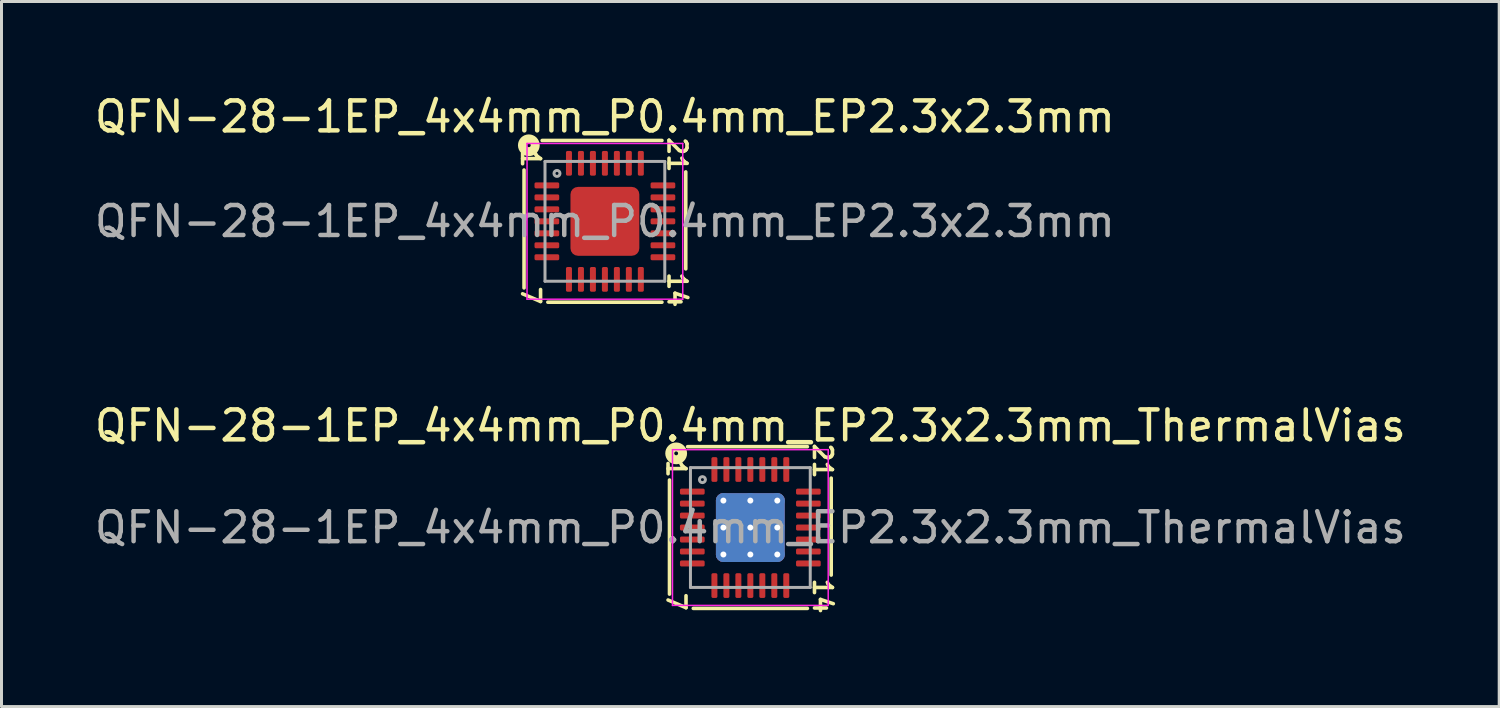
<source format=kicad_pcb>
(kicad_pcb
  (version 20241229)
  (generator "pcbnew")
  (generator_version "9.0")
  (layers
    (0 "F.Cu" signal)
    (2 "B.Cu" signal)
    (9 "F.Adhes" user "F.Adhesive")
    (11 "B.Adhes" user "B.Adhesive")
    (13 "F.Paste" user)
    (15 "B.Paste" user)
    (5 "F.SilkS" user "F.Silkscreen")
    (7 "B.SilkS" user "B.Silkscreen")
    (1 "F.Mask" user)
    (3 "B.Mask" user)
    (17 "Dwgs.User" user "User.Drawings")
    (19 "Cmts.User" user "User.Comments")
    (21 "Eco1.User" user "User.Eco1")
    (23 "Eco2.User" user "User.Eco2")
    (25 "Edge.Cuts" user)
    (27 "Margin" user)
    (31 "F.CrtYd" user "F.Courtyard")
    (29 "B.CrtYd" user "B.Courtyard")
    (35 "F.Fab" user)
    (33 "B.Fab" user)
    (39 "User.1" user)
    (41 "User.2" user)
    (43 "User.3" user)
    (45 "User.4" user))
  (footprint "QFN-28-1EP_4x4mm_P0.4mm_EP2.3x2.3mm"
    (layer "F.Cu")
    (at 17.149 4.341)
    (property "Reference" "QFN-28-1EP_4x4mm_P0.4mm_EP2.3x2.3mm" (at 0 -3.493 0) (layer "F.SilkS") (effects (font (size 1 1) (thickness 0.15))))
    (attr smd)
    (fp_line (start -2.7 -1.714) (end -2.7 2.223) (stroke (width 0.12) (type solid)) (layer "F.SilkS"))
    (fp_line (start -1.905 2.7) (end 1.905 2.7) (stroke (width 0.12) (type solid)) (layer "F.SilkS"))
    (fp_line (start 1.905 -2.7) (end -2.095 -2.7) (stroke (width 0.12) (type solid)) (layer "F.SilkS"))
    (fp_line (start 2.7 1.587) (end 2.7 -1.651) (stroke (width 0.12) (type solid)) (layer "F.SilkS"))
    (fp_circle (center -2.54 -2.54) (end -2.477 -2.54) (stroke (width 0.3) (type solid)) (fill no) (layer "F.SilkS"))
    (fp_line (start -2.6 -2.6) (end -2.6 2.6) (stroke (width 0.05) (type solid)) (layer "F.CrtYd"))
    (fp_line (start -2.6 2.6) (end 2.6 2.6) (stroke (width 0.05) (type solid)) (layer "F.CrtYd"))
    (fp_line (start 2.6 -2.6) (end -2.6 -2.6) (stroke (width 0.05) (type solid)) (layer "F.CrtYd"))
    (fp_line (start 2.6 2.6) (end 2.6 -2.6) (stroke (width 0.05) (type solid)) (layer "F.CrtYd"))
    (fp_line (start -2 -2) (end 2 -2) (stroke (width 0.1) (type solid)) (layer "F.Fab"))
    (fp_line (start -2 2) (end -2 -2) (stroke (width 0.1) (type solid)) (layer "F.Fab"))
    (fp_line (start 2 -2) (end 2 2) (stroke (width 0.1) (type solid)) (layer "F.Fab"))
    (fp_line (start 2 2) (end -2 2) (stroke (width 0.1) (type solid)) (layer "F.Fab"))
    (fp_circle (center -1.6 -1.6) (end -1.5 -1.6) (stroke (width 0.1) (type solid)) (fill no) (layer "F.Fab"))
    (fp_text user "14" (at 2.413 2.286 270) (unlocked yes) (layer "F.SilkS") (effects (font (size 0.6 0.6) (thickness 0.12))))
    (fp_text user "21" (at 2.413 -2.223 270) (unlocked yes) (layer "F.SilkS") (effects (font (size 0.6 0.6) (thickness 0.12))))
    (fp_text user "1" (at -2.477 -2.095 270) (unlocked yes) (layer "F.SilkS") (effects (font (size 0.6 0.6) (thickness 0.12))))
    (fp_text user "7" (at -2.477 2.477 270) (unlocked yes) (layer "F.SilkS") (effects (font (size 0.6 0.6) (thickness 0.12))))
    (fp_text user "${REFERENCE}" (at 0 0 0) (layer "F.Fab") (effects (font (size 1 1) (thickness 0.15))))
    (pad "" smd roundrect (at -0.575 -0.575) (size 0.93 0.93) (layers "F.Paste") (roundrect_rratio 0.25))
    (pad "" smd roundrect (at -0.575 0.575) (size 0.93 0.93) (layers "F.Paste") (roundrect_rratio 0.25))
    (pad "" smd roundrect (at 0.575 -0.575) (size 0.93 0.93) (layers "F.Paste") (roundrect_rratio 0.25))
    (pad "" smd roundrect (at 0.575 0.575) (size 0.93 0.93) (layers "F.Paste") (roundrect_rratio 0.25))
    (pad "1" smd roundrect (at -1.938 -1.2) (size 0.825 0.2) (layers "F.Cu" "F.Mask" "F.Paste") (roundrect_rratio 0.25))
    (pad "2" smd roundrect (at -1.938 -0.8) (size 0.825 0.2) (layers "F.Cu" "F.Mask" "F.Paste") (roundrect_rratio 0.25))
    (pad "3" smd roundrect (at -1.938 -0.4) (size 0.825 0.2) (layers "F.Cu" "F.Mask" "F.Paste") (roundrect_rratio 0.25))
    (pad "4" smd roundrect (at -1.938 0) (size 0.825 0.2) (layers "F.Cu" "F.Mask" "F.Paste") (roundrect_rratio 0.25))
    (pad "5" smd roundrect (at -1.938 0.4) (size 0.825 0.2) (layers "F.Cu" "F.Mask" "F.Paste") (roundrect_rratio 0.25))
    (pad "6" smd roundrect (at -1.938 0.8) (size 0.825 0.2) (layers "F.Cu" "F.Mask" "F.Paste") (roundrect_rratio 0.25))
    (pad "7" smd roundrect (at -1.938 1.2) (size 0.825 0.2) (layers "F.Cu" "F.Mask" "F.Paste") (roundrect_rratio 0.25))
    (pad "8" smd roundrect (at -1.2 1.938) (size 0.2 0.825) (layers "F.Cu" "F.Mask" "F.Paste") (roundrect_rratio 0.25))
    (pad "9" smd roundrect (at -0.8 1.938) (size 0.2 0.825) (layers "F.Cu" "F.Mask" "F.Paste") (roundrect_rratio 0.25))
    (pad "10" smd roundrect (at -0.4 1.938) (size 0.2 0.825) (layers "F.Cu" "F.Mask" "F.Paste") (roundrect_rratio 0.25))
    (pad "11" smd roundrect (at 0 1.938) (size 0.2 0.825) (layers "F.Cu" "F.Mask" "F.Paste") (roundrect_rratio 0.25))
    (pad "12" smd roundrect (at 0.4 1.938) (size 0.2 0.825) (layers "F.Cu" "F.Mask" "F.Paste") (roundrect_rratio 0.25))
    (pad "13" smd roundrect (at 0.8 1.938) (size 0.2 0.825) (layers "F.Cu" "F.Mask" "F.Paste") (roundrect_rratio 0.25))
    (pad "14" smd roundrect (at 1.2 1.938) (size 0.2 0.825) (layers "F.Cu" "F.Mask" "F.Paste") (roundrect_rratio 0.25))
    (pad "15" smd roundrect (at 1.938 1.2) (size 0.825 0.2) (layers "F.Cu" "F.Mask" "F.Paste") (roundrect_rratio 0.25))
    (pad "16" smd roundrect (at 1.938 0.8) (size 0.825 0.2) (layers "F.Cu" "F.Mask" "F.Paste") (roundrect_rratio 0.25))
    (pad "17" smd roundrect (at 1.938 0.4) (size 0.825 0.2) (layers "F.Cu" "F.Mask" "F.Paste") (roundrect_rratio 0.25))
    (pad "18" smd roundrect (at 1.938 0) (size 0.825 0.2) (layers "F.Cu" "F.Mask" "F.Paste") (roundrect_rratio 0.25))
    (pad "19" smd roundrect (at 1.938 -0.4) (size 0.825 0.2) (layers "F.Cu" "F.Mask" "F.Paste") (roundrect_rratio 0.25))
    (pad "20" smd roundrect (at 1.938 -0.8) (size 0.825 0.2) (layers "F.Cu" "F.Mask" "F.Paste") (roundrect_rratio 0.25))
    (pad "21" smd roundrect (at 1.938 -1.2) (size 0.825 0.2) (layers "F.Cu" "F.Mask" "F.Paste") (roundrect_rratio 0.25))
    (pad "22" smd roundrect (at 1.2 -1.938) (size 0.2 0.825) (layers "F.Cu" "F.Mask" "F.Paste") (roundrect_rratio 0.25))
    (pad "23" smd roundrect (at 0.8 -1.938) (size 0.2 0.825) (layers "F.Cu" "F.Mask" "F.Paste") (roundrect_rratio 0.25))
    (pad "24" smd roundrect (at 0.4 -1.938) (size 0.2 0.825) (layers "F.Cu" "F.Mask" "F.Paste") (roundrect_rratio 0.25))
    (pad "25" smd roundrect (at 0 -1.938) (size 0.2 0.825) (layers "F.Cu" "F.Mask" "F.Paste") (roundrect_rratio 0.25))
    (pad "26" smd roundrect (at -0.4 -1.938) (size 0.2 0.825) (layers "F.Cu" "F.Mask" "F.Paste") (roundrect_rratio 0.25))
    (pad "27" smd roundrect (at -0.8 -1.938) (size 0.2 0.825) (layers "F.Cu" "F.Mask" "F.Paste") (roundrect_rratio 0.25))
    (pad "28" smd roundrect (at -1.2 -1.938) (size 0.2 0.825) (layers "F.Cu" "F.Mask" "F.Paste") (roundrect_rratio 0.25))
    (pad "29" smd roundrect (at 0 0) (size 2.3 2.3) (layers "F.Cu" "F.Mask") (roundrect_rratio 0.109)))
  (footprint "QFN-28-1EP_4x4mm_P0.4mm_EP2.3x2.3mm_ThermalVias"
    (layer "F.Cu")
    (at 22.006 14.566)
    (property "Reference" "QFN-28-1EP_4x4mm_P0.4mm_EP2.3x2.3mm_ThermalVias" (at 0 -3.4 0) (layer "F.SilkS") (effects (font (size 1 1) (thickness 0.15))))
    (attr smd)
    (fp_line (start -2.7 -1.587) (end -2.7 2.223) (stroke (width 0.12) (type solid)) (layer "F.SilkS"))
    (fp_line (start -1.905 2.7) (end 1.905 2.7) (stroke (width 0.12) (type solid)) (layer "F.SilkS"))
    (fp_line (start 1.905 -2.7) (end -2.095 -2.7) (stroke (width 0.12) (type solid)) (layer "F.SilkS"))
    (fp_line (start 2.7 1.587) (end 2.7 -1.651) (stroke (width 0.12) (type solid)) (layer "F.SilkS"))
    (fp_circle (center -2.477 -2.477) (end -2.413 -2.477) (stroke (width 0.3) (type solid)) (fill no) (layer "F.SilkS"))
    (fp_line (start -2.6 -2.6) (end -2.6 2.6) (stroke (width 0.05) (type solid)) (layer "F.CrtYd"))
    (fp_line (start -2.6 2.6) (end 2.6 2.6) (stroke (width 0.05) (type solid)) (layer "F.CrtYd"))
    (fp_line (start 2.6 -2.6) (end -2.6 -2.6) (stroke (width 0.05) (type solid)) (layer "F.CrtYd"))
    (fp_line (start 2.6 2.6) (end 2.6 -2.6) (stroke (width 0.05) (type solid)) (layer "F.CrtYd"))
    (fp_line (start -2 -2) (end 2 -2) (stroke (width 0.1) (type solid)) (layer "F.Fab"))
    (fp_line (start -2 2) (end -2 -2) (stroke (width 0.1) (type solid)) (layer "F.Fab"))
    (fp_line (start 2 -2) (end 2 2) (stroke (width 0.1) (type solid)) (layer "F.Fab"))
    (fp_line (start 2 2) (end -2 2) (stroke (width 0.1) (type solid)) (layer "F.Fab"))
    (fp_circle (center -1.6 -1.6) (end -1.5 -1.6) (stroke (width 0.1) (type solid)) (fill no) (layer "F.Fab"))
    (fp_text user "14" (at 2.413 2.286 270) (unlocked yes) (layer "F.SilkS") (effects (font (size 0.6 0.6) (thickness 0.12))))
    (fp_text user "1" (at -2.477 -1.968 270) (unlocked yes) (layer "F.SilkS") (effects (font (size 0.6 0.6) (thickness 0.12))))
    (fp_text user "21" (at 2.413 -2.223 270) (unlocked yes) (layer "F.SilkS") (effects (font (size 0.6 0.6) (thickness 0.12))))
    (fp_text user "7" (at -2.477 2.477 270) (unlocked yes) (layer "F.SilkS") (effects (font (size 0.6 0.6) (thickness 0.12))))
    (fp_text user "${REFERENCE}" (at 0 0 0) (layer "F.Fab") (effects (font (size 1 1) (thickness 0.15))))
    (pad "" smd roundrect (at -0.575 -0.575) (size 1 1) (layers "F.Paste") (roundrect_rratio 0.25))
    (pad "" smd roundrect (at -0.575 0.575) (size 1 1) (layers "F.Paste") (roundrect_rratio 0.25))
    (pad "" smd roundrect (at 0.575 -0.575) (size 1 1) (layers "F.Paste") (roundrect_rratio 0.25))
    (pad "" smd roundrect (at 0.575 0.575) (size 1 1) (layers "F.Paste") (roundrect_rratio 0.25))
    (pad "1" smd roundrect (at -1.938 -1.2) (size 0.825 0.2) (layers "F.Cu" "F.Mask" "F.Paste") (roundrect_rratio 0.25))
    (pad "2" smd roundrect (at -1.938 -0.8) (size 0.825 0.2) (layers "F.Cu" "F.Mask" "F.Paste") (roundrect_rratio 0.25))
    (pad "3" smd roundrect (at -1.938 -0.4) (size 0.825 0.2) (layers "F.Cu" "F.Mask" "F.Paste") (roundrect_rratio 0.25))
    (pad "4" smd roundrect (at -1.938 0) (size 0.825 0.2) (layers "F.Cu" "F.Mask" "F.Paste") (roundrect_rratio 0.25))
    (pad "5" smd roundrect (at -1.938 0.4) (size 0.825 0.2) (layers "F.Cu" "F.Mask" "F.Paste") (roundrect_rratio 0.25))
    (pad "6" smd roundrect (at -1.938 0.8) (size 0.825 0.2) (layers "F.Cu" "F.Mask" "F.Paste") (roundrect_rratio 0.25))
    (pad "7" smd roundrect (at -1.938 1.2) (size 0.825 0.2) (layers "F.Cu" "F.Mask" "F.Paste") (roundrect_rratio 0.25))
    (pad "8" smd roundrect (at -1.2 1.938) (size 0.2 0.825) (layers "F.Cu" "F.Mask" "F.Paste") (roundrect_rratio 0.25))
    (pad "9" smd roundrect (at -0.8 1.938) (size 0.2 0.825) (layers "F.Cu" "F.Mask" "F.Paste") (roundrect_rratio 0.25))
    (pad "10" smd roundrect (at -0.4 1.938) (size 0.2 0.825) (layers "F.Cu" "F.Mask" "F.Paste") (roundrect_rratio 0.25))
    (pad "11" smd roundrect (at 0 1.938) (size 0.2 0.825) (layers "F.Cu" "F.Mask" "F.Paste") (roundrect_rratio 0.25))
    (pad "12" smd roundrect (at 0.4 1.938) (size 0.2 0.825) (layers "F.Cu" "F.Mask" "F.Paste") (roundrect_rratio 0.25))
    (pad "13" smd roundrect (at 0.8 1.938) (size 0.2 0.825) (layers "F.Cu" "F.Mask" "F.Paste") (roundrect_rratio 0.25))
    (pad "14" smd roundrect (at 1.2 1.938) (size 0.2 0.825) (layers "F.Cu" "F.Mask" "F.Paste") (roundrect_rratio 0.25))
    (pad "15" smd roundrect (at 1.938 1.2) (size 0.825 0.2) (layers "F.Cu" "F.Mask" "F.Paste") (roundrect_rratio 0.25))
    (pad "16" smd roundrect (at 1.938 0.8) (size 0.825 0.2) (layers "F.Cu" "F.Mask" "F.Paste") (roundrect_rratio 0.25))
    (pad "17" smd roundrect (at 1.938 0.4) (size 0.825 0.2) (layers "F.Cu" "F.Mask" "F.Paste") (roundrect_rratio 0.25))
    (pad "18" smd roundrect (at 1.938 0) (size 0.825 0.2) (layers "F.Cu" "F.Mask" "F.Paste") (roundrect_rratio 0.25))
    (pad "19" smd roundrect (at 1.938 -0.4) (size 0.825 0.2) (layers "F.Cu" "F.Mask" "F.Paste") (roundrect_rratio 0.25))
    (pad "20" smd roundrect (at 1.938 -0.8) (size 0.825 0.2) (layers "F.Cu" "F.Mask" "F.Paste") (roundrect_rratio 0.25))
    (pad "21" smd roundrect (at 1.938 -1.2) (size 0.825 0.2) (layers "F.Cu" "F.Mask" "F.Paste") (roundrect_rratio 0.25))
    (pad "22" smd roundrect (at 1.2 -1.938) (size 0.2 0.825) (layers "F.Cu" "F.Mask" "F.Paste") (roundrect_rratio 0.25))
    (pad "23" smd roundrect (at 0.8 -1.938) (size 0.2 0.825) (layers "F.Cu" "F.Mask" "F.Paste") (roundrect_rratio 0.25))
    (pad "24" smd roundrect (at 0.4 -1.938) (size 0.2 0.825) (layers "F.Cu" "F.Mask" "F.Paste") (roundrect_rratio 0.25))
    (pad "25" smd roundrect (at 0 -1.938) (size 0.2 0.825) (layers "F.Cu" "F.Mask" "F.Paste") (roundrect_rratio 0.25))
    (pad "26" smd roundrect (at -0.4 -1.938) (size 0.2 0.825) (layers "F.Cu" "F.Mask" "F.Paste") (roundrect_rratio 0.25))
    (pad "27" smd roundrect (at -0.8 -1.938) (size 0.2 0.825) (layers "F.Cu" "F.Mask" "F.Paste") (roundrect_rratio 0.25))
    (pad "28" smd roundrect (at -1.2 -1.938) (size 0.2 0.825) (layers "F.Cu" "F.Mask" "F.Paste") (roundrect_rratio 0.25))
    (pad "29" thru_hole circle (at -0.9 -0.9) (size 0.5 0.5) (drill 0.2) (property pad_prop_heatsink) (layers "*.Cu"))
    (pad "29" thru_hole circle (at -0.9 0) (size 0.5 0.5) (drill 0.2) (property pad_prop_heatsink) (layers "*.Cu"))
    (pad "29" thru_hole circle (at -0.9 0.9) (size 0.5 0.5) (drill 0.2) (property pad_prop_heatsink) (layers "*.Cu"))
    (pad "29" thru_hole circle (at 0 -0.9) (size 0.5 0.5) (drill 0.2) (property pad_prop_heatsink) (layers "*.Cu"))
    (pad "29" thru_hole circle (at 0 0) (size 0.5 0.5) (drill 0.2) (property pad_prop_heatsink) (layers "*.Cu"))
    (pad "29" smd roundrect (at 0 0) (size 2.3 2.3) (layers "F.Cu" "F.Mask") (roundrect_rratio 0.109))
    (pad "29" smd roundrect (at 0 0) (size 2.3 2.3) (layers "B.Cu" "B.Mask") (roundrect_rratio 0.109))
    (pad "29" thru_hole circle (at 0 0.9) (size 0.5 0.5) (drill 0.2) (property pad_prop_heatsink) (layers "*.Cu"))
    (pad "29" thru_hole circle (at 0.9 -0.9) (size 0.5 0.5) (drill 0.2) (property pad_prop_heatsink) (layers "*.Cu"))
    (pad "29" thru_hole circle (at 0.9 0) (size 0.5 0.5) (drill 0.2) (property pad_prop_heatsink) (layers "*.Cu"))
    (pad "29" thru_hole circle (at 0.9 0.9) (size 0.5 0.5) (drill 0.2) (property pad_prop_heatsink) (layers "*.Cu")))
  (gr_rect
    (start -3 -3)
    (end 47.012 20.544)
    (stroke (width 0.1) (type default))
    (fill no)
    (layer "Edge.Cuts")))
</source>
